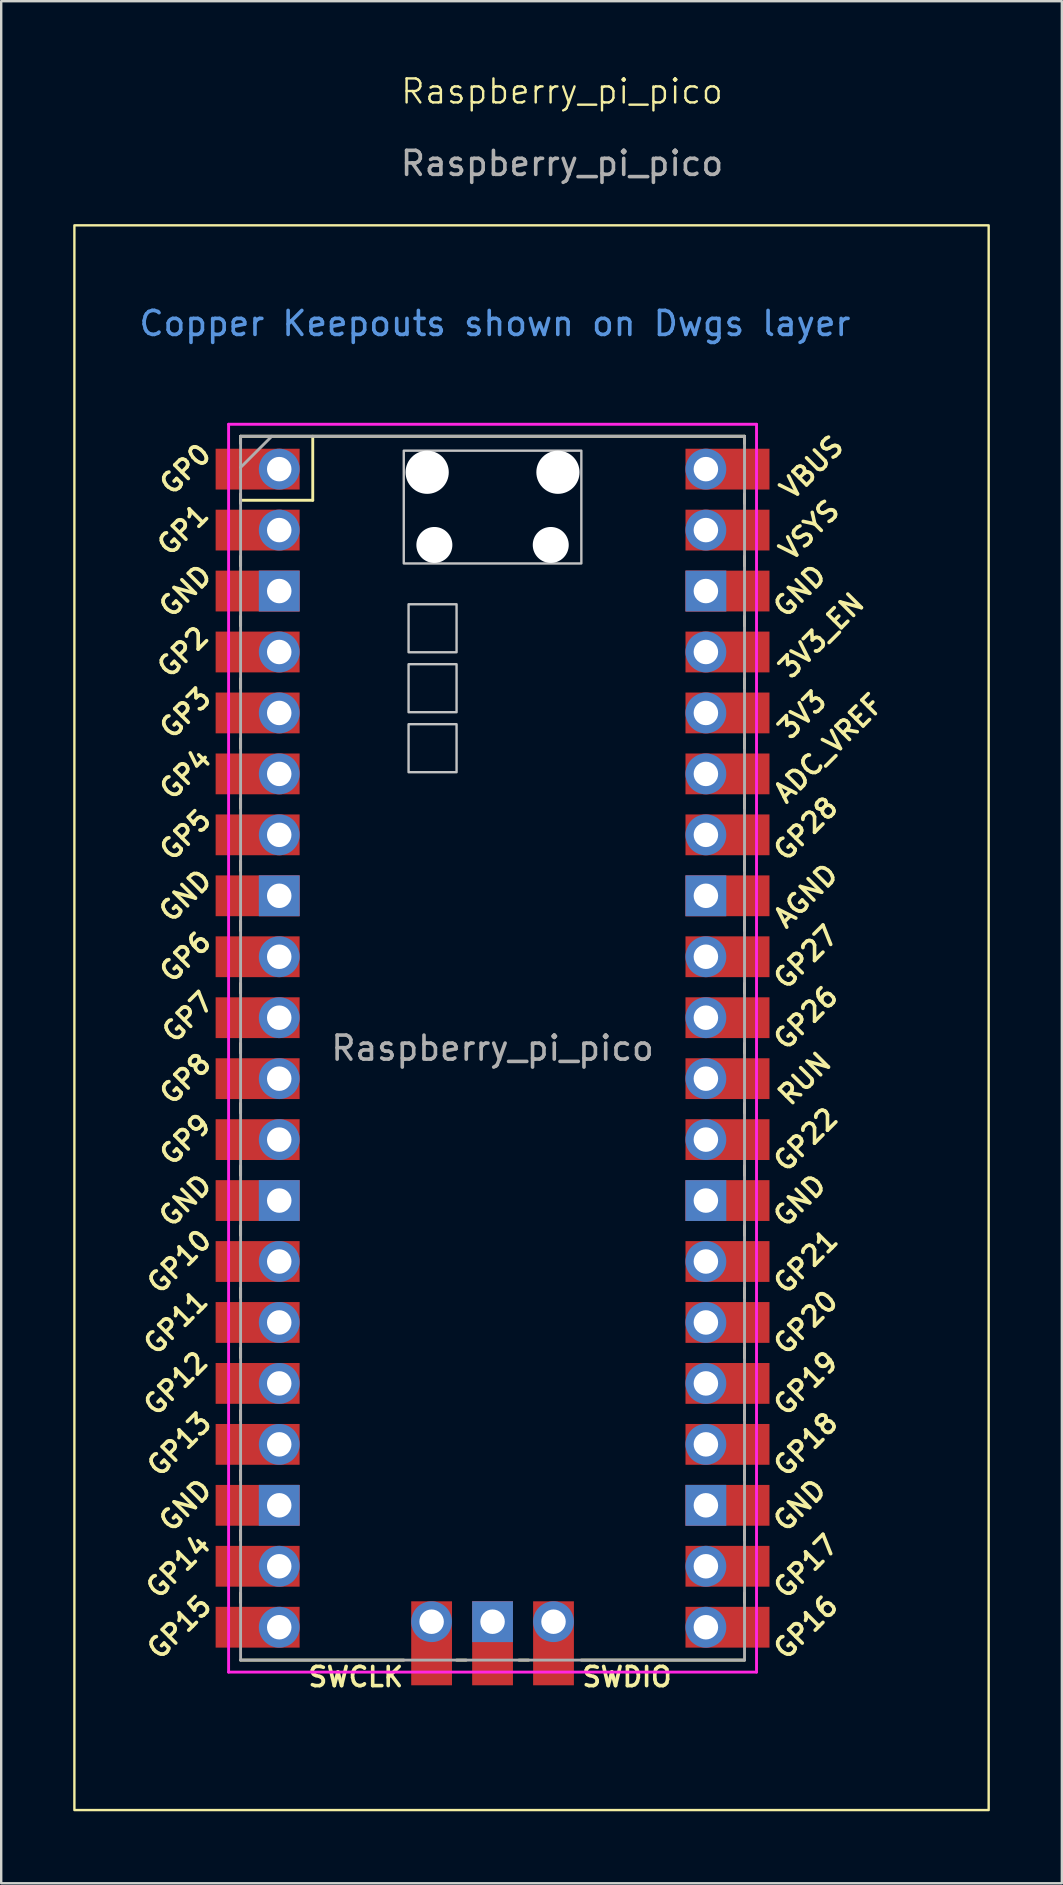
<source format=kicad_pcb>
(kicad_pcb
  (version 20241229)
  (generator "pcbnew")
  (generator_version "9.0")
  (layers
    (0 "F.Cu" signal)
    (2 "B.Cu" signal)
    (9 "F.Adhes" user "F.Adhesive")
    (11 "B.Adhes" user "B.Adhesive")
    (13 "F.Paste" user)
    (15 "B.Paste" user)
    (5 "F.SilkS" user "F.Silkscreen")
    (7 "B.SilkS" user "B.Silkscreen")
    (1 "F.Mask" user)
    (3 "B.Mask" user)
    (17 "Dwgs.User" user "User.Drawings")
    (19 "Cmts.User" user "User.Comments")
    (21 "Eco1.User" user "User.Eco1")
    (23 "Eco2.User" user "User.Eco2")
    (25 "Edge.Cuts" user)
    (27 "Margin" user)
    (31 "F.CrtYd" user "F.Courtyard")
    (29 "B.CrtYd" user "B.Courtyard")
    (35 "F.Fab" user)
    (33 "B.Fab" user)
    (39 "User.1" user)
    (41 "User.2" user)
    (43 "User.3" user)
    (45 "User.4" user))
  (footprint "Raspberry_pi_pico"
    (layer "F.Cu")
    (at 20.37 1.26)
    (property "Reference" "Raspberry_pi_pico" (at 0 -0.5 0) (unlocked yes) (layer "F.SilkS") (effects (font (size 1 1) (thickness 0.1))))
    (attr through_hole)
    (fp_line (start -13.394 13.87) (end -13.394 14.17) (stroke (width 0.12) (type solid)) (layer "F.SilkS"))
    (fp_line (start -13.394 13.87) (end 7.606 13.87) (stroke (width 0.12) (type solid)) (layer "F.SilkS"))
    (fp_line (start -13.394 16.27) (end -13.394 16.67) (stroke (width 0.12) (type solid)) (layer "F.SilkS"))
    (fp_line (start -13.394 16.537) (end -10.387 16.537) (stroke (width 0.12) (type solid)) (layer "F.SilkS"))
    (fp_line (start -13.394 18.87) (end -13.394 19.27) (stroke (width 0.12) (type solid)) (layer "F.SilkS"))
    (fp_line (start -13.394 21.37) (end -13.394 21.77) (stroke (width 0.12) (type solid)) (layer "F.SilkS"))
    (fp_line (start -13.394 23.97) (end -13.394 24.37) (stroke (width 0.12) (type solid)) (layer "F.SilkS"))
    (fp_line (start -13.394 26.47) (end -13.394 26.87) (stroke (width 0.12) (type solid)) (layer "F.SilkS"))
    (fp_line (start -13.394 28.97) (end -13.394 29.37) (stroke (width 0.12) (type solid)) (layer "F.SilkS"))
    (fp_line (start -13.394 31.57) (end -13.394 31.97) (stroke (width 0.12) (type solid)) (layer "F.SilkS"))
    (fp_line (start -13.394 34.07) (end -13.394 34.47) (stroke (width 0.12) (type solid)) (layer "F.SilkS"))
    (fp_line (start -13.394 36.67) (end -13.394 37.07) (stroke (width 0.12) (type solid)) (layer "F.SilkS"))
    (fp_line (start -13.394 39.17) (end -13.394 39.57) (stroke (width 0.12) (type solid)) (layer "F.SilkS"))
    (fp_line (start -13.394 41.67) (end -13.394 42.07) (stroke (width 0.12) (type solid)) (layer "F.SilkS"))
    (fp_line (start -13.394 44.27) (end -13.394 44.67) (stroke (width 0.12) (type solid)) (layer "F.SilkS"))
    (fp_line (start -13.394 46.77) (end -13.394 47.17) (stroke (width 0.12) (type solid)) (layer "F.SilkS"))
    (fp_line (start -13.394 49.37) (end -13.394 49.77) (stroke (width 0.12) (type solid)) (layer "F.SilkS"))
    (fp_line (start -13.394 51.87) (end -13.394 52.27) (stroke (width 0.12) (type solid)) (layer "F.SilkS"))
    (fp_line (start -13.394 54.47) (end -13.394 54.87) (stroke (width 0.12) (type solid)) (layer "F.SilkS"))
    (fp_line (start -13.394 56.97) (end -13.394 57.37) (stroke (width 0.12) (type solid)) (layer "F.SilkS"))
    (fp_line (start -13.394 59.47) (end -13.394 59.87) (stroke (width 0.12) (type solid)) (layer "F.SilkS"))
    (fp_line (start -13.394 62.07) (end -13.394 62.47) (stroke (width 0.12) (type solid)) (layer "F.SilkS"))
    (fp_line (start -10.387 16.537) (end -10.387 13.87) (stroke (width 0.12) (type solid)) (layer "F.SilkS"))
    (fp_line (start -6.594 64.87) (end -13.394 64.87) (stroke (width 0.12) (type solid)) (layer "F.SilkS"))
    (fp_line (start -4.394 64.87) (end -3.994 64.87) (stroke (width 0.12) (type solid)) (layer "F.SilkS"))
    (fp_line (start -1.794 64.87) (end -1.394 64.87) (stroke (width 0.12) (type solid)) (layer "F.SilkS"))
    (fp_line (start 7.606 13.87) (end 7.606 14.17) (stroke (width 0.12) (type solid)) (layer "F.SilkS"))
    (fp_line (start 7.606 16.27) (end 7.606 16.67) (stroke (width 0.12) (type solid)) (layer "F.SilkS"))
    (fp_line (start 7.606 18.87) (end 7.606 19.27) (stroke (width 0.12) (type solid)) (layer "F.SilkS"))
    (fp_line (start 7.606 21.37) (end 7.606 21.77) (stroke (width 0.12) (type solid)) (layer "F.SilkS"))
    (fp_line (start 7.606 23.97) (end 7.606 24.37) (stroke (width 0.12) (type solid)) (layer "F.SilkS"))
    (fp_line (start 7.606 26.47) (end 7.606 26.87) (stroke (width 0.12) (type solid)) (layer "F.SilkS"))
    (fp_line (start 7.606 28.97) (end 7.606 29.37) (stroke (width 0.12) (type solid)) (layer "F.SilkS"))
    (fp_line (start 7.606 31.57) (end 7.606 31.97) (stroke (width 0.12) (type solid)) (layer "F.SilkS"))
    (fp_line (start 7.606 34.07) (end 7.606 34.47) (stroke (width 0.12) (type solid)) (layer "F.SilkS"))
    (fp_line (start 7.606 36.67) (end 7.606 37.07) (stroke (width 0.12) (type solid)) (layer "F.SilkS"))
    (fp_line (start 7.606 39.17) (end 7.606 39.57) (stroke (width 0.12) (type solid)) (layer "F.SilkS"))
    (fp_line (start 7.606 41.67) (end 7.606 42.07) (stroke (width 0.12) (type solid)) (layer "F.SilkS"))
    (fp_line (start 7.606 44.27) (end 7.606 44.67) (stroke (width 0.12) (type solid)) (layer "F.SilkS"))
    (fp_line (start 7.606 46.77) (end 7.606 47.17) (stroke (width 0.12) (type solid)) (layer "F.SilkS"))
    (fp_line (start 7.606 49.37) (end 7.606 49.77) (stroke (width 0.12) (type solid)) (layer "F.SilkS"))
    (fp_line (start 7.606 51.87) (end 7.606 52.27) (stroke (width 0.12) (type solid)) (layer "F.SilkS"))
    (fp_line (start 7.606 54.47) (end 7.606 54.87) (stroke (width 0.12) (type solid)) (layer "F.SilkS"))
    (fp_line (start 7.606 56.97) (end 7.606 57.37) (stroke (width 0.12) (type solid)) (layer "F.SilkS"))
    (fp_line (start 7.606 59.47) (end 7.606 59.87) (stroke (width 0.12) (type solid)) (layer "F.SilkS"))
    (fp_line (start 7.606 62.07) (end 7.606 62.47) (stroke (width 0.12) (type solid)) (layer "F.SilkS"))
    (fp_line (start 7.606 64.87) (end 0.806 64.87) (stroke (width 0.12) (type solid)) (layer "F.SilkS"))
    (fp_rect (start -20.32 5.08) (end 17.78 71.12) (stroke (width 0.1) (type default)) (fill no) (layer "F.SilkS"))
    (fp_poly (pts (xy -4.394 22.87) (xy -6.394 22.87) (xy -6.394 20.87) (xy -4.394 20.87)) (stroke (width 0.1) (type solid)) (fill no) (layer "Dwgs.User"))
    (fp_poly (pts (xy -4.394 25.37) (xy -6.394 25.37) (xy -6.394 23.37) (xy -4.394 23.37)) (stroke (width 0.1) (type solid)) (fill no) (layer "Dwgs.User"))
    (fp_poly (pts (xy -4.394 27.87) (xy -6.394 27.87) (xy -6.394 25.87) (xy -4.394 25.87)) (stroke (width 0.1) (type solid)) (fill no) (layer "Dwgs.User"))
    (fp_poly (pts (xy 0.806 19.17) (xy -6.594 19.17) (xy -6.594 14.47) (xy 0.806 14.47)) (stroke (width 0.1) (type solid)) (fill no) (layer "Dwgs.User"))
    (fp_line (start -13.894 13.37) (end 8.106 13.37) (stroke (width 0.12) (type solid)) (layer "F.CrtYd"))
    (fp_line (start -13.894 65.37) (end -13.894 13.37) (stroke (width 0.12) (type solid)) (layer "F.CrtYd"))
    (fp_line (start 8.106 13.37) (end 8.106 65.37) (stroke (width 0.12) (type solid)) (layer "F.CrtYd"))
    (fp_line (start 8.106 65.37) (end -13.894 65.37) (stroke (width 0.12) (type solid)) (layer "F.CrtYd"))
    (fp_line (start -13.394 13.87) (end 7.606 13.87) (stroke (width 0.12) (type solid)) (layer "F.Fab"))
    (fp_line (start -13.394 15.17) (end -12.094 13.87) (stroke (width 0.12) (type solid)) (layer "F.Fab"))
    (fp_line (start -13.394 64.87) (end -13.394 13.87) (stroke (width 0.12) (type solid)) (layer "F.Fab"))
    (fp_line (start 7.606 13.87) (end 7.606 64.87) (stroke (width 0.12) (type solid)) (layer "F.Fab"))
    (fp_line (start 7.606 64.87) (end -13.394 64.87) (stroke (width 0.12) (type solid)) (layer "F.Fab"))
    (fp_text user "SWDIO" (at 2.706 65.57 0) (layer "F.SilkS") (effects (font (size 0.8 0.8) (thickness 0.15))))
    (fp_text user "GP11" (at -16.094 50.8 45) (layer "F.SilkS") (effects (font (size 0.8 0.8) (thickness 0.15))))
    (fp_text user "RUN" (at 10.106 40.64 45) (layer "F.SilkS") (effects (font (size 0.8 0.8) (thickness 0.15))))
    (fp_text user "GP28" (at 10.16 30.226 45) (layer "F.SilkS") (effects (font (size 0.8 0.8) (thickness 0.15))))
    (fp_text user "GP9" (at -15.694 43.18 45) (layer "F.SilkS") (effects (font (size 0.8 0.8) (thickness 0.15))))
    (fp_text user "GP10" (at -15.948 48.26 45) (layer "F.SilkS") (effects (font (size 0.8 0.8) (thickness 0.15))))
    (fp_text user "ADC_VREF" (at 11.106 26.87 45) (layer "F.SilkS") (effects (font (size 0.8 0.8) (thickness 0.15))))
    (fp_text user "GP2" (at -15.794 22.86 45) (layer "F.SilkS") (effects (font (size 0.8 0.8) (thickness 0.15))))
    (fp_text user "GP6" (at -15.694 35.56 45) (layer "F.SilkS") (effects (font (size 0.8 0.8) (thickness 0.15))))
    (fp_text user "GP1" (at -15.794 17.77 45) (layer "F.SilkS") (effects (font (size 0.8 0.8) (thickness 0.15))))
    (fp_text user "GND" (at 9.906 45.72 45) (layer "F.SilkS") (effects (font (size 0.8 0.8) (thickness 0.15))))
    (fp_text user "GP8" (at -15.694 40.64 45) (layer "F.SilkS") (effects (font (size 0.8 0.8) (thickness 0.15))))
    (fp_text user "GP19" (at 10.16 53.34 45) (layer "F.SilkS") (effects (font (size 0.8 0.8) (thickness 0.15))))
    (fp_text user "GND" (at -15.694 20.32 45) (layer "F.SilkS") (effects (font (size 0.8 0.8) (thickness 0.15))))
    (fp_text user "GND" (at -15.694 33.02 45) (layer "F.SilkS") (effects (font (size 0.8 0.8) (thickness 0.15))))
    (fp_text user "GP5" (at -15.694 30.48 45) (layer "F.SilkS") (effects (font (size 0.8 0.8) (thickness 0.15))))
    (fp_text user "GP27" (at 10.16 35.57 45) (layer "F.SilkS") (effects (font (size 0.8 0.8) (thickness 0.15))))
    (fp_text user "GP22" (at 10.16 43.18 45) (layer "F.SilkS") (effects (font (size 0.8 0.8) (thickness 0.15))))
    (fp_text user "GP7" (at -15.594 38.07 45) (layer "F.SilkS") (effects (font (size 0.8 0.8) (thickness 0.15))))
    (fp_text user "3V3_EN" (at 10.806 22.17 45) (layer "F.SilkS") (effects (font (size 0.8 0.8) (thickness 0.15))))
    (fp_text user "AGND" (at 10.16 33.02 45) (layer "F.SilkS") (effects (font (size 0.8 0.8) (thickness 0.15))))
    (fp_text user "GND" (at 9.906 20.32 45) (layer "F.SilkS") (effects (font (size 0.8 0.8) (thickness 0.15))))
    (fp_text user "VSYS" (at 10.306 17.78 45) (layer "F.SilkS") (effects (font (size 0.8 0.8) (thickness 0.15))))
    (fp_text user "GP21" (at 10.16 48.27 45) (layer "F.SilkS") (effects (font (size 0.8 0.8) (thickness 0.15))))
    (fp_text user "GP18" (at 10.16 55.88 45) (layer "F.SilkS") (effects (font (size 0.8 0.8) (thickness 0.15))))
    (fp_text user "GND" (at -15.694 45.72 45) (layer "F.SilkS") (effects (font (size 0.8 0.8) (thickness 0.15))))
    (fp_text user "GP14" (at -15.994 60.96 45) (layer "F.SilkS") (effects (font (size 0.8 0.8) (thickness 0.15))))
    (fp_text user "GND" (at 9.906 58.42 45) (layer "F.SilkS") (effects (font (size 0.8 0.8) (thickness 0.15))))
    (fp_text user "GP3" (at -15.694 25.4 45) (layer "F.SilkS") (effects (font (size 0.8 0.8) (thickness 0.15))))
    (fp_text user "GP20" (at 10.16 50.8 45) (layer "F.SilkS") (effects (font (size 0.8 0.8) (thickness 0.15))))
    (fp_text user "3V3" (at 10.006 25.47 45) (layer "F.SilkS") (effects (font (size 0.8 0.8) (thickness 0.15))))
    (fp_text user "GP0" (at -15.694 15.24 45) (layer "F.SilkS") (effects (font (size 0.8 0.8) (thickness 0.15))))
    (fp_text user "GP13" (at -15.948 55.88 45) (layer "F.SilkS") (effects (font (size 0.8 0.8) (thickness 0.15))))
    (fp_text user "GP17" (at 10.16 60.96 45) (layer "F.SilkS") (effects (font (size 0.8 0.8) (thickness 0.15))))
    (fp_text user "GP16" (at 10.16 63.5 45) (layer "F.SilkS") (effects (font (size 0.8 0.8) (thickness 0.15))))
    (fp_text user "VBUS" (at 10.406 15.17 45) (layer "F.SilkS") (effects (font (size 0.8 0.8) (thickness 0.15))))
    (fp_text user "GP15" (at -15.948 63.5 45) (layer "F.SilkS") (effects (font (size 0.8 0.8) (thickness 0.15))))
    (fp_text user "GP4" (at -15.694 27.94 45) (layer "F.SilkS") (effects (font (size 0.8 0.8) (thickness 0.15))))
    (fp_text user "SWCLK" (at -8.594 65.57 0) (layer "F.SilkS") (effects (font (size 0.8 0.8) (thickness 0.15))))
    (fp_text user "GND" (at -15.694 58.42 45) (layer "F.SilkS") (effects (font (size 0.8 0.8) (thickness 0.15))))
    (fp_text user "GP26" (at 10.16 38.1 45) (layer "F.SilkS") (effects (font (size 0.8 0.8) (thickness 0.15))))
    (fp_text user "GP12" (at -16.094 53.34 45) (layer "F.SilkS") (effects (font (size 0.8 0.8) (thickness 0.15))))
    (fp_text user "Copper Keepouts shown on Dwgs layer" (at -2.794 9.17 0) (layer "Cmts.User") (effects (font (size 1 1) (thickness 0.15))))
    (fp_text user "${REFERENCE}" (at -2.894 39.37 180) (layer "F.Fab") (effects (font (size 1 1) (thickness 0.15))))
    (fp_text user "${REFERENCE}" (at 0 2.5 0) (unlocked yes) (layer "F.Fab") (effects (font (size 1 1) (thickness 0.15))))
    (pad "" np_thru_hole oval (at -5.619 15.37) (size 1.8 1.8) (drill 1.8) (layers "*.Cu" "*.Mask"))
    (pad "" np_thru_hole oval (at -5.319 18.4) (size 1.5 1.5) (drill 1.5) (layers "*.Cu" "*.Mask"))
    (pad "" np_thru_hole oval (at -0.469 18.4) (size 1.5 1.5) (drill 1.5) (layers "*.Cu" "*.Mask"))
    (pad "" np_thru_hole oval (at -0.169 15.37) (size 1.8 1.8) (drill 1.8) (layers "*.Cu" "*.Mask"))
    (pad "1" thru_hole oval (at -11.784 15.24) (size 1.7 1.7) (drill 1.02) (layers "*.Cu" "*.Mask"))
    (pad "1" smd rect (at -11.784 15.24) (size 3.5 1.7) (drill (offset -0.9 0)) (layers "F.Cu" "F.Mask"))
    (pad "2" thru_hole oval (at -11.784 17.78) (size 1.7 1.7) (drill 1.02) (layers "*.Cu" "*.Mask"))
    (pad "2" smd rect (at -11.784 17.78) (size 3.5 1.7) (drill (offset -0.9 0)) (layers "F.Cu" "F.Mask"))
    (pad "3" thru_hole rect (at -11.784 20.32) (size 1.7 1.7) (drill 1.02) (layers "*.Cu" "*.Mask"))
    (pad "3" smd rect (at -11.784 20.32) (size 3.5 1.7) (drill (offset -0.9 0)) (layers "F.Cu" "F.Mask"))
    (pad "4" thru_hole oval (at -11.784 22.86) (size 1.7 1.7) (drill 1.02) (layers "*.Cu" "*.Mask"))
    (pad "4" smd rect (at -11.784 22.86) (size 3.5 1.7) (drill (offset -0.9 0)) (layers "F.Cu" "F.Mask"))
    (pad "5" thru_hole oval (at -11.784 25.4) (size 1.7 1.7) (drill 1.02) (layers "*.Cu" "*.Mask"))
    (pad "5" smd rect (at -11.784 25.4) (size 3.5 1.7) (drill (offset -0.9 0)) (layers "F.Cu" "F.Mask"))
    (pad "6" thru_hole oval (at -11.784 27.94) (size 1.7 1.7) (drill 1.02) (layers "*.Cu" "*.Mask"))
    (pad "6" smd rect (at -11.784 27.94) (size 3.5 1.7) (drill (offset -0.9 0)) (layers "F.Cu" "F.Mask"))
    (pad "7" thru_hole oval (at -11.784 30.48) (size 1.7 1.7) (drill 1.02) (layers "*.Cu" "*.Mask"))
    (pad "7" smd rect (at -11.784 30.48) (size 3.5 1.7) (drill (offset -0.9 0)) (layers "F.Cu" "F.Mask"))
    (pad "8" thru_hole rect (at -11.784 33.02) (size 1.7 1.7) (drill 1.02) (layers "*.Cu" "*.Mask"))
    (pad "8" smd rect (at -11.784 33.02) (size 3.5 1.7) (drill (offset -0.9 0)) (layers "F.Cu" "F.Mask"))
    (pad "9" thru_hole oval (at -11.784 35.56) (size 1.7 1.7) (drill 1.02) (layers "*.Cu" "*.Mask"))
    (pad "9" smd rect (at -11.784 35.56) (size 3.5 1.7) (drill (offset -0.9 0)) (layers "F.Cu" "F.Mask"))
    (pad "10" thru_hole oval (at -11.784 38.1) (size 1.7 1.7) (drill 1.02) (layers "*.Cu" "*.Mask"))
    (pad "10" smd rect (at -11.784 38.1) (size 3.5 1.7) (drill (offset -0.9 0)) (layers "F.Cu" "F.Mask"))
    (pad "11" thru_hole oval (at -11.784 40.64) (size 1.7 1.7) (drill 1.02) (layers "*.Cu" "*.Mask"))
    (pad "11" smd rect (at -11.784 40.64) (size 3.5 1.7) (drill (offset -0.9 0)) (layers "F.Cu" "F.Mask"))
    (pad "12" thru_hole oval (at -11.784 43.18) (size 1.7 1.7) (drill 1.02) (layers "*.Cu" "*.Mask"))
    (pad "12" smd rect (at -11.784 43.18) (size 3.5 1.7) (drill (offset -0.9 0)) (layers "F.Cu" "F.Mask"))
    (pad "13" thru_hole rect (at -11.784 45.72) (size 1.7 1.7) (drill 1.02) (layers "*.Cu" "*.Mask"))
    (pad "13" smd rect (at -11.784 45.72) (size 3.5 1.7) (drill (offset -0.9 0)) (layers "F.Cu" "F.Mask"))
    (pad "14" thru_hole oval (at -11.784 48.26) (size 1.7 1.7) (drill 1.02) (layers "*.Cu" "*.Mask"))
    (pad "14" smd rect (at -11.784 48.26) (size 3.5 1.7) (drill (offset -0.9 0)) (layers "F.Cu" "F.Mask"))
    (pad "15" thru_hole oval (at -11.784 50.8) (size 1.7 1.7) (drill 1.02) (layers "*.Cu" "*.Mask"))
    (pad "15" smd rect (at -11.784 50.8) (size 3.5 1.7) (drill (offset -0.9 0)) (layers "F.Cu" "F.Mask"))
    (pad "16" thru_hole oval (at -11.784 53.34) (size 1.7 1.7) (drill 1.02) (layers "*.Cu" "*.Mask"))
    (pad "16" smd rect (at -11.784 53.34) (size 3.5 1.7) (drill (offset -0.9 0)) (layers "F.Cu" "F.Mask"))
    (pad "17" thru_hole oval (at -11.784 55.88) (size 1.7 1.7) (drill 1.02) (layers "*.Cu" "*.Mask"))
    (pad "17" smd rect (at -11.784 55.88) (size 3.5 1.7) (drill (offset -0.9 0)) (layers "F.Cu" "F.Mask"))
    (pad "18" thru_hole rect (at -11.784 58.42) (size 1.7 1.7) (drill 1.02) (layers "*.Cu" "*.Mask"))
    (pad "18" smd rect (at -11.784 58.42) (size 3.5 1.7) (drill (offset -0.9 0)) (layers "F.Cu" "F.Mask"))
    (pad "19" thru_hole oval (at -11.784 60.96) (size 1.7 1.7) (drill 1.02) (layers "*.Cu" "*.Mask"))
    (pad "19" smd rect (at -11.784 60.96) (size 3.5 1.7) (drill (offset -0.9 0)) (layers "F.Cu" "F.Mask"))
    (pad "20" thru_hole oval (at -11.784 63.5) (size 1.7 1.7) (drill 1.02) (layers "*.Cu" "*.Mask"))
    (pad "20" smd rect (at -11.784 63.5) (size 3.5 1.7) (drill (offset -0.9 0)) (layers "F.Cu" "F.Mask"))
    (pad "21" thru_hole oval (at 5.996 63.5) (size 1.7 1.7) (drill 1.02) (layers "*.Cu" "*.Mask"))
    (pad "21" smd rect (at 5.996 63.5) (size 3.5 1.7) (drill (offset 0.9 0)) (layers "F.Cu" "F.Mask"))
    (pad "22" thru_hole oval (at 5.996 60.96) (size 1.7 1.7) (drill 1.02) (layers "*.Cu" "*.Mask"))
    (pad "22" smd rect (at 5.996 60.96) (size 3.5 1.7) (drill (offset 0.9 0)) (layers "F.Cu" "F.Mask"))
    (pad "23" thru_hole rect (at 5.996 58.42) (size 1.7 1.7) (drill 1.02) (layers "*.Cu" "*.Mask"))
    (pad "23" smd rect (at 5.996 58.42) (size 3.5 1.7) (drill (offset 0.9 0)) (layers "F.Cu" "F.Mask"))
    (pad "24" thru_hole oval (at 5.996 55.88) (size 1.7 1.7) (drill 1.02) (layers "*.Cu" "*.Mask"))
    (pad "24" smd rect (at 5.996 55.88) (size 3.5 1.7) (drill (offset 0.9 0)) (layers "F.Cu" "F.Mask"))
    (pad "25" thru_hole oval (at 5.996 53.34) (size 1.7 1.7) (drill 1.02) (layers "*.Cu" "*.Mask"))
    (pad "25" smd rect (at 5.996 53.34) (size 3.5 1.7) (drill (offset 0.9 0)) (layers "F.Cu" "F.Mask"))
    (pad "26" thru_hole oval (at 5.996 50.8) (size 1.7 1.7) (drill 1.02) (layers "*.Cu" "*.Mask"))
    (pad "26" smd rect (at 5.996 50.8) (size 3.5 1.7) (drill (offset 0.9 0)) (layers "F.Cu" "F.Mask"))
    (pad "27" thru_hole oval (at 5.996 48.26) (size 1.7 1.7) (drill 1.02) (layers "*.Cu" "*.Mask"))
    (pad "27" smd rect (at 5.996 48.26) (size 3.5 1.7) (drill (offset 0.9 0)) (layers "F.Cu" "F.Mask"))
    (pad "28" thru_hole rect (at 5.996 45.72) (size 1.7 1.7) (drill 1.02) (layers "*.Cu" "*.Mask"))
    (pad "28" smd rect (at 5.996 45.72) (size 3.5 1.7) (drill (offset 0.9 0)) (layers "F.Cu" "F.Mask"))
    (pad "29" thru_hole oval (at 5.996 43.18) (size 1.7 1.7) (drill 1.02) (layers "*.Cu" "*.Mask"))
    (pad "29" smd rect (at 5.996 43.18) (size 3.5 1.7) (drill (offset 0.9 0)) (layers "F.Cu" "F.Mask"))
    (pad "30" thru_hole oval (at 5.996 40.64) (size 1.7 1.7) (drill 1.02) (layers "*.Cu" "*.Mask"))
    (pad "30" smd rect (at 5.996 40.64) (size 3.5 1.7) (drill (offset 0.9 0)) (layers "F.Cu" "F.Mask"))
    (pad "31" thru_hole oval (at 5.996 38.1) (size 1.7 1.7) (drill 1.02) (layers "*.Cu" "*.Mask"))
    (pad "31" smd rect (at 5.996 38.1) (size 3.5 1.7) (drill (offset 0.9 0)) (layers "F.Cu" "F.Mask"))
    (pad "32" thru_hole oval (at 5.996 35.56) (size 1.7 1.7) (drill 1.02) (layers "*.Cu" "*.Mask"))
    (pad "32" smd rect (at 5.996 35.56) (size 3.5 1.7) (drill (offset 0.9 0)) (layers "F.Cu" "F.Mask"))
    (pad "33" thru_hole rect (at 5.996 33.02) (size 1.7 1.7) (drill 1.02) (layers "*.Cu" "*.Mask"))
    (pad "33" smd rect (at 5.996 33.02) (size 3.5 1.7) (drill (offset 0.9 0)) (layers "F.Cu" "F.Mask"))
    (pad "34" thru_hole oval (at 5.996 30.48) (size 1.7 1.7) (drill 1.02) (layers "*.Cu" "*.Mask"))
    (pad "34" smd rect (at 5.996 30.48) (size 3.5 1.7) (drill (offset 0.9 0)) (layers "F.Cu" "F.Mask"))
    (pad "35" thru_hole oval (at 5.996 27.94) (size 1.7 1.7) (drill 1.02) (layers "*.Cu" "*.Mask"))
    (pad "35" smd rect (at 5.996 27.94) (size 3.5 1.7) (drill (offset 0.9 0)) (layers "F.Cu" "F.Mask"))
    (pad "36" thru_hole oval (at 5.996 25.4) (size 1.7 1.7) (drill 1.02) (layers "*.Cu" "*.Mask"))
    (pad "36" smd rect (at 5.996 25.4) (size 3.5 1.7) (drill (offset 0.9 0)) (layers "F.Cu" "F.Mask"))
    (pad "37" thru_hole oval (at 5.996 22.86) (size 1.7 1.7) (drill 1.02) (layers "*.Cu" "*.Mask"))
    (pad "37" smd rect (at 5.996 22.86) (size 3.5 1.7) (drill (offset 0.9 0)) (layers "F.Cu" "F.Mask"))
    (pad "38" thru_hole rect (at 5.996 20.32) (size 1.7 1.7) (drill 1.02) (layers "*.Cu" "*.Mask"))
    (pad "38" smd rect (at 5.996 20.32) (size 3.5 1.7) (drill (offset 0.9 0)) (layers "F.Cu" "F.Mask"))
    (pad "39" thru_hole oval (at 5.996 17.78) (size 1.7 1.7) (drill 1.02) (layers "*.Cu" "*.Mask"))
    (pad "39" smd rect (at 5.996 17.78) (size 3.5 1.7) (drill (offset 0.9 0)) (layers "F.Cu" "F.Mask"))
    (pad "40" thru_hole oval (at 5.996 15.24) (size 1.7 1.7) (drill 1.02) (layers "*.Cu" "*.Mask"))
    (pad "40" smd rect (at 5.996 15.24) (size 3.5 1.7) (drill (offset 0.9 0)) (layers "F.Cu" "F.Mask"))
    (pad "41" thru_hole oval (at -5.434 63.27) (size 1.7 1.7) (drill 1.02) (layers "*.Cu" "*.Mask"))
    (pad "41" smd rect (at -5.434 63.27 90) (size 3.5 1.7) (drill (offset -0.9 0)) (layers "F.Cu" "F.Mask"))
    (pad "42" thru_hole rect (at -2.894 63.27) (size 1.7 1.7) (drill 1.02) (layers "*.Cu" "*.Mask"))
    (pad "42" smd rect (at -2.894 63.27 90) (size 3.5 1.7) (drill (offset -0.9 0)) (layers "F.Cu" "F.Mask"))
    (pad "43" thru_hole oval (at -0.354 63.27) (size 1.7 1.7) (drill 1.02) (layers "*.Cu" "*.Mask"))
    (pad "43" smd rect (at -0.354 63.27 90) (size 3.5 1.7) (drill (offset -0.9 0)) (layers "F.Cu" "F.Mask")))
  (gr_rect
    (start -3 -3)
    (end 41.2 75.43)
    (stroke (width 0.1) (type default))
    (fill no)
    (layer "Edge.Cuts")))
</source>
